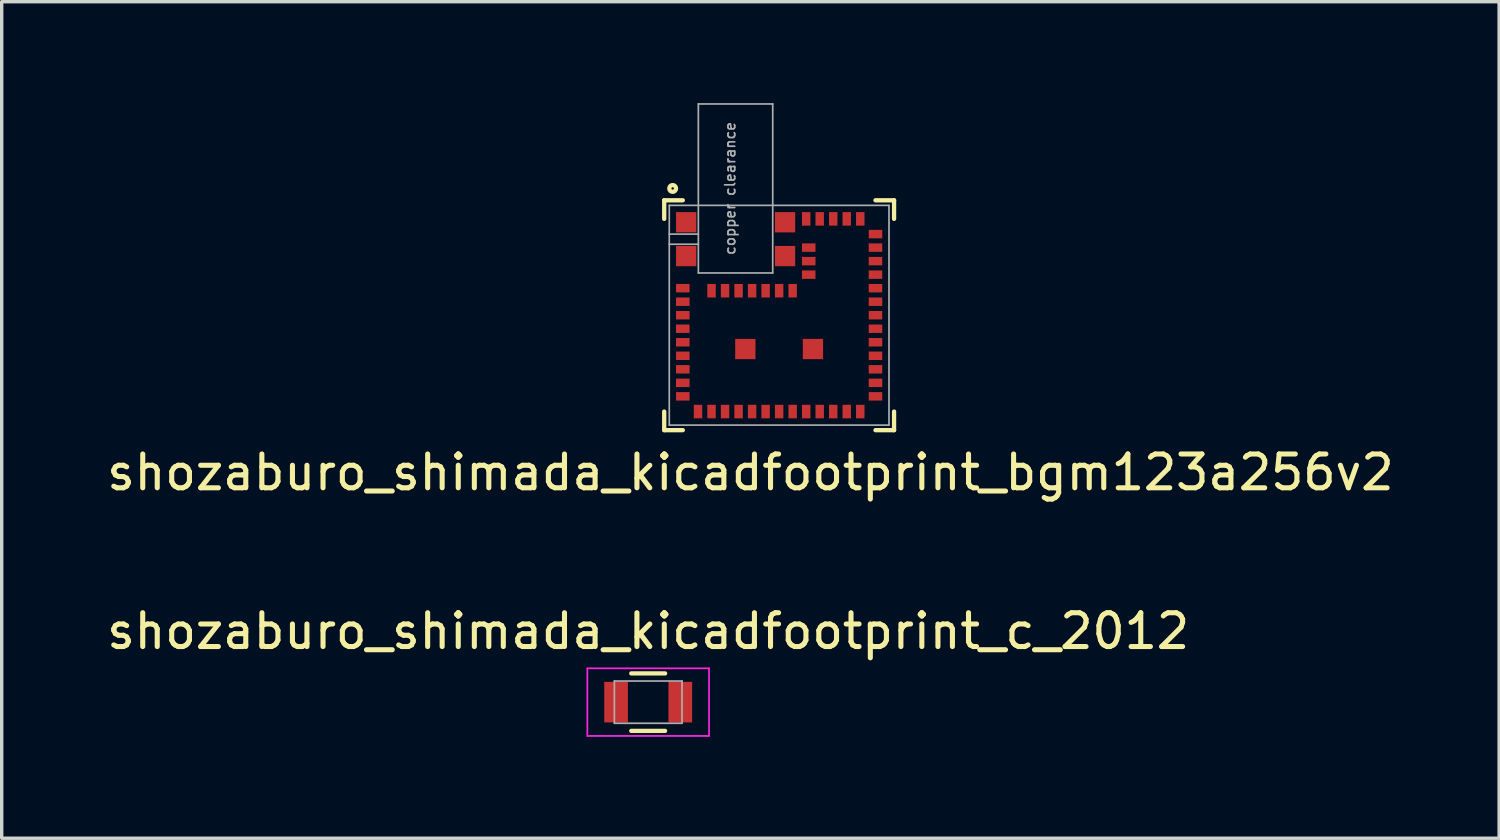
<source format=kicad_pcb>
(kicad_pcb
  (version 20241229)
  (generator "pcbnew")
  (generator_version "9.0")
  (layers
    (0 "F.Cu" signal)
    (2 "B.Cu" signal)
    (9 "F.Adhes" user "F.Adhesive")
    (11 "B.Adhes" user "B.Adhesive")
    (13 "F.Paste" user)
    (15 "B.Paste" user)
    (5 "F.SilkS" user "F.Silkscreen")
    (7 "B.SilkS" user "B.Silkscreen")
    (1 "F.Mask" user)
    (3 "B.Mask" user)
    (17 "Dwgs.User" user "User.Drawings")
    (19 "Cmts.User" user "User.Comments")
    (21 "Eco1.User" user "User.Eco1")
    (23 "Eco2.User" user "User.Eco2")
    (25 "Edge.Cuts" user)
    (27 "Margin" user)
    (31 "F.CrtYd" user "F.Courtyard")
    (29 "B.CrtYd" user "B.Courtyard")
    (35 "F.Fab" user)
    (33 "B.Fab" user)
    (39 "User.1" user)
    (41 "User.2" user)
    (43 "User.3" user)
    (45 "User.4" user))
  (footprint "shozaburo_shimada_kicadfootprint_c_2012"
    (layer "F.Cu")
    (at 16.125 17.721)
    (property "Reference" "shozaburo_shimada_kicadfootprint_c_2012" (at 0 -2.1 0) (layer "F.SilkS") (effects (font (size 1 1) (thickness 0.15))))
    (attr smd)
    (fp_line (start -0.5 0.85) (end 0.5 0.85) (stroke (width 0.127) (type solid)) (layer "F.SilkS"))
    (fp_line (start 0.5 -0.85) (end -0.5 -0.85) (stroke (width 0.127) (type solid)) (layer "F.SilkS"))
    (fp_line (start -1.8 -1) (end -1.8 1) (stroke (width 0.05) (type solid)) (layer "F.CrtYd"))
    (fp_line (start -1.8 -1) (end 1.8 -1) (stroke (width 0.05) (type solid)) (layer "F.CrtYd"))
    (fp_line (start -1.8 1) (end 1.8 1) (stroke (width 0.05) (type solid)) (layer "F.CrtYd"))
    (fp_line (start 1.8 -1) (end 1.8 1) (stroke (width 0.05) (type solid)) (layer "F.CrtYd"))
    (fp_line (start -1 -0.625) (end 1 -0.625) (stroke (width 0.05) (type solid)) (layer "F.Fab"))
    (fp_line (start -1 0.625) (end -1 -0.625) (stroke (width 0.05) (type solid)) (layer "F.Fab"))
    (fp_line (start 1 -0.625) (end 1 0.625) (stroke (width 0.05) (type solid)) (layer "F.Fab"))
    (fp_line (start 1 0.625) (end -1 0.625) (stroke (width 0.05) (type solid)) (layer "F.Fab"))
    (pad "1" smd rect (at -0.95 0) (size 0.7 1.2) (layers "F.Cu" "F.Mask" "F.Paste"))
    (pad "2" smd rect (at 0.95 0) (size 0.7 1.2) (layers "F.Cu" "F.Mask" "F.Paste")))
  (footprint "shozaburo_shimada_kicadfootprint_bgm123a256v2"
    (layer "F.Cu")
    (at 16.749 3.025)
    (property "Reference" "shozaburo_shimada_kicadfootprint_bgm123a256v2" (at 2.4 7.9 0) (layer "F.SilkS") (effects (font (size 1 1) (thickness 0.15))))
    (attr smd)
    (fp_line (start -0.15 -0.15) (end -0.15 0.4) (stroke (width 0.127) (type solid)) (layer "F.SilkS"))
    (fp_line (start -0.15 6.65) (end -0.15 6.1) (stroke (width 0.127) (type solid)) (layer "F.SilkS"))
    (fp_line (start 0.4 -0.15) (end -0.15 -0.15) (stroke (width 0.127) (type solid)) (layer "F.SilkS"))
    (fp_line (start 0.4 6.65) (end -0.15 6.65) (stroke (width 0.127) (type solid)) (layer "F.SilkS"))
    (fp_line (start 6.1 -0.15) (end 6.65 -0.15) (stroke (width 0.127) (type solid)) (layer "F.SilkS"))
    (fp_line (start 6.65 -0.15) (end 6.65 0.4) (stroke (width 0.127) (type solid)) (layer "F.SilkS"))
    (fp_line (start 6.65 6.1) (end 6.65 6.65) (stroke (width 0.127) (type solid)) (layer "F.SilkS"))
    (fp_line (start 6.65 6.65) (end 6.1 6.65) (stroke (width 0.127) (type solid)) (layer "F.SilkS"))
    (fp_circle (center 0.1 -0.5) (end 0.2 -0.5) (stroke (width 0.127) (type solid)) (fill no) (layer "F.SilkS"))
    (fp_line (start 0 0) (end 6.5 0) (stroke (width 0.05) (type solid)) (layer "F.Fab"))
    (fp_line (start 0 0.85) (end 0.86 0.85) (stroke (width 0.05) (type solid)) (layer "F.Fab"))
    (fp_line (start 0 1.15) (end 0.86 1.15) (stroke (width 0.05) (type solid)) (layer "F.Fab"))
    (fp_line (start 0 6.5) (end 0 0) (stroke (width 0.05) (type solid)) (layer "F.Fab"))
    (fp_line (start 0.86 -3) (end 0.86 2) (stroke (width 0.05) (type solid)) (layer "F.Fab"))
    (fp_line (start 0.86 -3) (end 3.06 -3) (stroke (width 0.05) (type solid)) (layer "F.Fab"))
    (fp_line (start 0.86 2) (end 3.06 2) (stroke (width 0.05) (type solid)) (layer "F.Fab"))
    (fp_line (start 3.06 -3) (end 3.06 2) (stroke (width 0.05) (type solid)) (layer "F.Fab"))
    (fp_line (start 6.5 0) (end 6.5 6.5) (stroke (width 0.05) (type solid)) (layer "F.Fab"))
    (fp_line (start 6.5 6.5) (end 0 6.5) (stroke (width 0.05) (type solid)) (layer "F.Fab"))
    (fp_text user "copper clearance" (at 1.8 -0.5 90) (layer "F.Fab") (effects (font (size 0.3 0.3) (thickness 0.05))))
    (pad "1" smd rect (at 0.4 2.45) (size 0.4 0.25) (layers "F.Cu" "F.Mask" "F.Paste"))
    (pad "2" smd rect (at 0.4 2.85) (size 0.4 0.25) (layers "F.Cu" "F.Mask" "F.Paste"))
    (pad "3" smd rect (at 0.4 3.25) (size 0.4 0.25) (layers "F.Cu" "F.Mask" "F.Paste"))
    (pad "4" smd rect (at 0.4 3.65) (size 0.4 0.25) (layers "F.Cu" "F.Mask" "F.Paste"))
    (pad "5" smd rect (at 0.4 4.05) (size 0.4 0.25) (layers "F.Cu" "F.Mask" "F.Paste"))
    (pad "6" smd rect (at 0.4 4.45) (size 0.4 0.25) (layers "F.Cu" "F.Mask" "F.Paste"))
    (pad "7" smd rect (at 0.4 4.85) (size 0.4 0.25) (layers "F.Cu" "F.Mask" "F.Paste"))
    (pad "8" smd rect (at 0.4 5.25) (size 0.4 0.25) (layers "F.Cu" "F.Mask" "F.Paste"))
    (pad "9" smd rect (at 0.4 5.65) (size 0.4 0.25) (layers "F.Cu" "F.Mask" "F.Paste"))
    (pad "10" smd rect (at 0.85 6.1) (size 0.25 0.4) (layers "F.Cu" "F.Mask" "F.Paste"))
    (pad "11" smd rect (at 1.25 6.1) (size 0.25 0.4) (layers "F.Cu" "F.Mask" "F.Paste"))
    (pad "12" smd rect (at 1.65 6.1) (size 0.25 0.4) (layers "F.Cu" "F.Mask" "F.Paste"))
    (pad "13" smd rect (at 2.05 6.1) (size 0.25 0.4) (layers "F.Cu" "F.Mask" "F.Paste"))
    (pad "14" smd rect (at 2.45 6.1) (size 0.25 0.4) (layers "F.Cu" "F.Mask" "F.Paste"))
    (pad "15" smd rect (at 2.85 6.1) (size 0.25 0.4) (layers "F.Cu" "F.Mask" "F.Paste"))
    (pad "16" smd rect (at 3.25 6.1) (size 0.25 0.4) (layers "F.Cu" "F.Mask" "F.Paste"))
    (pad "17" smd rect (at 3.65 6.1) (size 0.25 0.4) (layers "F.Cu" "F.Mask" "F.Paste"))
    (pad "18" smd rect (at 4.05 6.1) (size 0.25 0.4) (layers "F.Cu" "F.Mask" "F.Paste"))
    (pad "19" smd rect (at 4.45 6.1) (size 0.25 0.4) (layers "F.Cu" "F.Mask" "F.Paste"))
    (pad "20" smd rect (at 4.85 6.1) (size 0.25 0.4) (layers "F.Cu" "F.Mask" "F.Paste"))
    (pad "21" smd rect (at 5.25 6.1) (size 0.25 0.4) (layers "F.Cu" "F.Mask" "F.Paste"))
    (pad "22" smd rect (at 5.65 6.1) (size 0.25 0.4) (layers "F.Cu" "F.Mask" "F.Paste"))
    (pad "23" smd rect (at 6.1 5.65) (size 0.4 0.25) (layers "F.Cu" "F.Mask" "F.Paste"))
    (pad "24" smd rect (at 6.1 5.25) (size 0.4 0.25) (layers "F.Cu" "F.Mask" "F.Paste"))
    (pad "25" smd rect (at 6.1 4.85) (size 0.4 0.25) (layers "F.Cu" "F.Mask" "F.Paste"))
    (pad "26" smd rect (at 6.1 4.45) (size 0.4 0.25) (layers "F.Cu" "F.Mask" "F.Paste"))
    (pad "27" smd rect (at 6.1 4.05) (size 0.4 0.25) (layers "F.Cu" "F.Mask" "F.Paste"))
    (pad "28" smd rect (at 6.1 3.65) (size 0.4 0.25) (layers "F.Cu" "F.Mask" "F.Paste"))
    (pad "29" smd rect (at 6.1 3.25) (size 0.4 0.25) (layers "F.Cu" "F.Mask" "F.Paste"))
    (pad "30" smd rect (at 6.1 2.85) (size 0.4 0.25) (layers "F.Cu" "F.Mask" "F.Paste"))
    (pad "31" smd rect (at 6.1 2.45) (size 0.4 0.25) (layers "F.Cu" "F.Mask" "F.Paste"))
    (pad "32" smd rect (at 6.1 2.05) (size 0.4 0.25) (layers "F.Cu" "F.Mask" "F.Paste"))
    (pad "33" smd rect (at 6.1 1.65) (size 0.4 0.25) (layers "F.Cu" "F.Mask" "F.Paste"))
    (pad "34" smd rect (at 6.1 1.25) (size 0.4 0.25) (layers "F.Cu" "F.Mask" "F.Paste"))
    (pad "35" smd rect (at 6.1 0.85) (size 0.4 0.25) (layers "F.Cu" "F.Mask" "F.Paste"))
    (pad "36" smd rect (at 5.65 0.4) (size 0.25 0.4) (layers "F.Cu" "F.Mask" "F.Paste"))
    (pad "37" smd rect (at 5.25 0.4) (size 0.25 0.4) (layers "F.Cu" "F.Mask" "F.Paste"))
    (pad "38" smd rect (at 4.85 0.4) (size 0.25 0.4) (layers "F.Cu" "F.Mask" "F.Paste"))
    (pad "39" smd rect (at 4.45 0.4) (size 0.25 0.4) (layers "F.Cu" "F.Mask" "F.Paste"))
    (pad "40" smd rect (at 4.05 0.4) (size 0.25 0.4) (layers "F.Cu" "F.Mask" "F.Paste"))
    (pad "41" smd rect (at 4.125 1.25) (size 0.4 0.25) (layers "F.Cu" "F.Mask" "F.Paste"))
    (pad "42" smd rect (at 4.125 1.65) (size 0.4 0.25) (layers "F.Cu" "F.Mask" "F.Paste"))
    (pad "43" smd rect (at 4.125 2.05) (size 0.4 0.25) (layers "F.Cu" "F.Mask" "F.Paste"))
    (pad "44" smd rect (at 3.65 2.525) (size 0.25 0.4) (layers "F.Cu" "F.Mask" "F.Paste"))
    (pad "45" smd rect (at 3.25 2.525) (size 0.25 0.4) (layers "F.Cu" "F.Mask" "F.Paste"))
    (pad "46" smd rect (at 2.85 2.525) (size 0.25 0.4) (layers "F.Cu" "F.Mask" "F.Paste"))
    (pad "47" smd rect (at 2.45 2.525) (size 0.25 0.4) (layers "F.Cu" "F.Mask" "F.Paste"))
    (pad "48" smd rect (at 2.05 2.525) (size 0.25 0.4) (layers "F.Cu" "F.Mask" "F.Paste"))
    (pad "49" smd rect (at 1.65 2.525) (size 0.25 0.4) (layers "F.Cu" "F.Mask" "F.Paste"))
    (pad "50" smd rect (at 1.25 2.525) (size 0.25 0.4) (layers "F.Cu" "F.Mask" "F.Paste"))
    (pad "51" smd rect (at 2.25 4.25) (size 0.6 0.6) (layers "F.Cu" "F.Mask" "F.Paste"))
    (pad "52" smd rect (at 4.25 4.25) (size 0.6 0.6) (layers "F.Cu" "F.Mask" "F.Paste"))
    (pad "53" smd rect (at 0.5 0.5) (size 0.6 0.6) (layers "F.Cu" "F.Mask" "F.Paste"))
    (pad "54" smd rect (at 0.5 1.5) (size 0.6 0.6) (layers "F.Cu" "F.Mask" "F.Paste"))
    (pad "55" smd rect (at 3.425 1.5) (size 0.6 0.6) (layers "F.Cu" "F.Mask" "F.Paste"))
    (pad "56" smd rect (at 3.425 0.5) (size 0.6 0.6) (layers "F.Cu" "F.Mask" "F.Paste")))
  (gr_rect
    (start -3 -3)
    (end 41.298 21.747)
    (stroke (width 0.1) (type default))
    (fill no)
    (layer "Edge.Cuts")))
</source>
